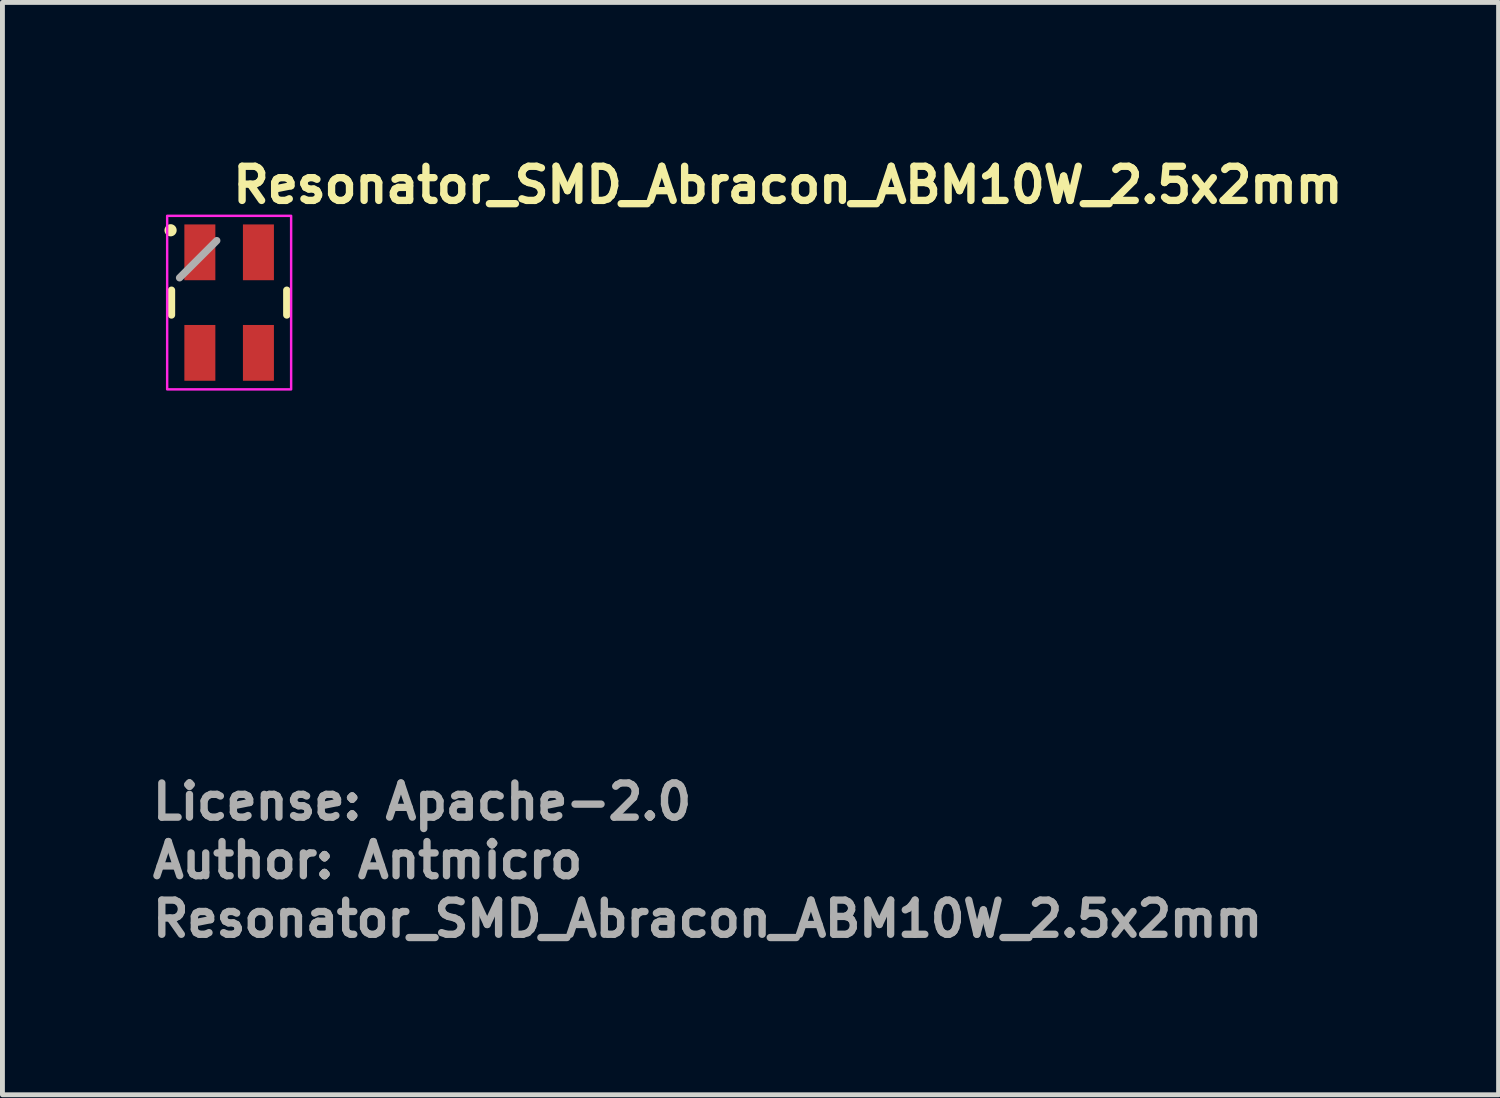
<source format=kicad_pcb>
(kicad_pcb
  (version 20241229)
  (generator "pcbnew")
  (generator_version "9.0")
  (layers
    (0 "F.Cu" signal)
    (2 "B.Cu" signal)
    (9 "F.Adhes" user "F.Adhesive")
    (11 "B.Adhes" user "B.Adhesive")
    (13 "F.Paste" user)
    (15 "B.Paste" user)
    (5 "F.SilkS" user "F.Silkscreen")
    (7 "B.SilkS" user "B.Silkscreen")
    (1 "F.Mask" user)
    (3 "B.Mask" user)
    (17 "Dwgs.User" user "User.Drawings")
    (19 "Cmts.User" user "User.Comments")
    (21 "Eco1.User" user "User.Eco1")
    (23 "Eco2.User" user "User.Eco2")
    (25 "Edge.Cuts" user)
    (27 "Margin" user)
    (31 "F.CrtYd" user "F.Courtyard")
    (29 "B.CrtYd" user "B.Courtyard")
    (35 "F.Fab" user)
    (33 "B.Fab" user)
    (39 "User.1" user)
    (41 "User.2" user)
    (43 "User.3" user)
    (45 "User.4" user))
  (footprint "Resonator_SMD_Abracon_ABM10W_2.5x2mm"
    (layer "F.Cu")
    (at 1.645 3.15)
    (property "Reference" "Resonator_SMD_Abracon_ABM10W_2.5x2mm" (at 0 -2 0) (unlocked yes) (layer "F.SilkS") (effects (font (size 0.7 0.7) (thickness 0.15)) (justify left bottom)))
    (attr smd)
    (fp_line (start -1.181 -0.254) (end -1.181 0.254) (stroke (width 0.15) (type solid)) (layer "F.SilkS"))
    (fp_line (start 1.181 -0.254) (end 1.181 0.254) (stroke (width 0.15) (type solid)) (layer "F.SilkS"))
    (fp_circle (center -1.2 -1.482) (end -1.15 -1.482) (stroke (width 0.15) (type solid)) (fill yes) (layer "F.SilkS"))
    (fp_rect (start -1.27 -1.778) (end 1.27 1.778) (stroke (width 0.05) (type solid)) (fill no) (layer "F.CrtYd"))
    (fp_line (start -0.254 -1.27) (end -1.016 -0.508) (stroke (width 0.15) (type solid)) (layer "F.Fab"))
    (fp_rect (start -1.054 -1.295) (end 1.054 1.295) (stroke (width 0.15) (type solid)) (fill no) (layer "User.5"))
    (fp_line (start -1.054 -1.295) (end -1.054 1.295) (stroke (width 0.02) (type solid)) (layer "User.9"))
    (fp_line (start -1.054 1.295) (end 1.054 1.295) (stroke (width 0.02) (type solid)) (layer "User.9"))
    (fp_line (start -0.665 -1.039) (end -0.665 -1.036) (stroke (width 0.02) (type solid)) (layer "User.9"))
    (fp_line (start -0.665 -1.036) (end -0.665 -1.036) (stroke (width 0.02) (type solid)) (layer "User.9"))
    (fp_line (start -0.665 -1.036) (end -0.665 -1.033) (stroke (width 0.02) (type solid)) (layer "User.9"))
    (fp_line (start -0.665 -1.033) (end -0.664 -1.029) (stroke (width 0.02) (type solid)) (layer "User.9"))
    (fp_line (start -0.664 -1.046) (end -0.664 -1.043) (stroke (width 0.02) (type solid)) (layer "User.9"))
    (fp_line (start -0.664 -1.043) (end -0.665 -1.039) (stroke (width 0.02) (type solid)) (layer "User.9"))
    (fp_line (start -0.664 -1.029) (end -0.664 -1.026) (stroke (width 0.02) (type solid)) (layer "User.9"))
    (fp_line (start -0.664 -1.026) (end -0.663 -1.023) (stroke (width 0.02) (type solid)) (layer "User.9"))
    (fp_line (start -0.663 -1.052) (end -0.663 -1.049) (stroke (width 0.02) (type solid)) (layer "User.9"))
    (fp_line (start -0.663 -1.049) (end -0.664 -1.046) (stroke (width 0.02) (type solid)) (layer "User.9"))
    (fp_line (start -0.663 -1.023) (end -0.663 -1.02) (stroke (width 0.02) (type solid)) (layer "User.9"))
    (fp_line (start -0.663 -1.02) (end -0.662 -1.017) (stroke (width 0.02) (type solid)) (layer "User.9"))
    (fp_line (start -0.662 -1.055) (end -0.663 -1.052) (stroke (width 0.02) (type solid)) (layer "User.9"))
    (fp_line (start -0.662 -1.017) (end -0.661 -1.014) (stroke (width 0.02) (type solid)) (layer "User.9"))
    (fp_line (start -0.661 -1.058) (end -0.662 -1.055) (stroke (width 0.02) (type solid)) (layer "User.9"))
    (fp_line (start -0.661 -1.014) (end -0.66 -1.011) (stroke (width 0.02) (type solid)) (layer "User.9"))
    (fp_line (start -0.66 -1.061) (end -0.661 -1.058) (stroke (width 0.02) (type solid)) (layer "User.9"))
    (fp_line (start -0.66 -1.011) (end -0.658 -1.008) (stroke (width 0.02) (type solid)) (layer "User.9"))
    (fp_line (start -0.658 -1.064) (end -0.66 -1.061) (stroke (width 0.02) (type solid)) (layer "User.9"))
    (fp_line (start -0.658 -1.008) (end -0.657 -1.005) (stroke (width 0.02) (type solid)) (layer "User.9"))
    (fp_line (start -0.657 -1.067) (end -0.658 -1.064) (stroke (width 0.02) (type solid)) (layer "User.9"))
    (fp_line (start -0.657 -1.005) (end -0.655 -1.002) (stroke (width 0.02) (type solid)) (layer "User.9"))
    (fp_line (start -0.655 -1.07) (end -0.657 -1.067) (stroke (width 0.02) (type solid)) (layer "User.9"))
    (fp_line (start -0.655 -1.002) (end -0.654 -1) (stroke (width 0.02) (type solid)) (layer "User.9"))
    (fp_line (start -0.654 -1.072) (end -0.655 -1.07) (stroke (width 0.02) (type solid)) (layer "User.9"))
    (fp_line (start -0.654 -1) (end -0.652 -0.997) (stroke (width 0.02) (type solid)) (layer "User.9"))
    (fp_line (start -0.652 -1.075) (end -0.654 -1.072) (stroke (width 0.02) (type solid)) (layer "User.9"))
    (fp_line (start -0.652 -0.997) (end -0.65 -0.995) (stroke (width 0.02) (type solid)) (layer "User.9"))
    (fp_line (start -0.65 -1.077) (end -0.652 -1.075) (stroke (width 0.02) (type solid)) (layer "User.9"))
    (fp_line (start -0.65 -0.995) (end -0.648 -0.993) (stroke (width 0.02) (type solid)) (layer "User.9"))
    (fp_line (start -0.648 -1.08) (end -0.65 -1.077) (stroke (width 0.02) (type solid)) (layer "User.9"))
    (fp_line (start -0.648 -0.993) (end -0.646 -0.99) (stroke (width 0.02) (type solid)) (layer "User.9"))
    (fp_line (start -0.646 -1.082) (end -0.648 -1.08) (stroke (width 0.02) (type solid)) (layer "User.9"))
    (fp_line (start -0.646 -0.99) (end -0.643 -0.988) (stroke (width 0.02) (type solid)) (layer "User.9"))
    (fp_line (start -0.643 -1.084) (end -0.646 -1.082) (stroke (width 0.02) (type solid)) (layer "User.9"))
    (fp_line (start -0.643 -0.988) (end -0.641 -0.986) (stroke (width 0.02) (type solid)) (layer "User.9"))
    (fp_line (start -0.641 -1.086) (end -0.643 -1.084) (stroke (width 0.02) (type solid)) (layer "User.9"))
    (fp_line (start -0.641 -0.986) (end -0.639 -0.984) (stroke (width 0.02) (type solid)) (layer "User.9"))
    (fp_line (start -0.639 -1.088) (end -0.641 -1.086) (stroke (width 0.02) (type solid)) (layer "User.9"))
    (fp_line (start -0.639 -0.984) (end -0.636 -0.982) (stroke (width 0.02) (type solid)) (layer "User.9"))
    (fp_line (start -0.636 -1.09) (end -0.639 -1.088) (stroke (width 0.02) (type solid)) (layer "User.9"))
    (fp_line (start -0.636 -0.982) (end -0.633 -0.981) (stroke (width 0.02) (type solid)) (layer "User.9"))
    (fp_line (start -0.633 -1.091) (end -0.636 -1.09) (stroke (width 0.02) (type solid)) (layer "User.9"))
    (fp_line (start -0.633 -0.981) (end -0.631 -0.979) (stroke (width 0.02) (type solid)) (layer "User.9"))
    (fp_line (start -0.631 -1.093) (end -0.633 -1.091) (stroke (width 0.02) (type solid)) (layer "User.9"))
    (fp_line (start -0.631 -0.979) (end -0.628 -0.978) (stroke (width 0.02) (type solid)) (layer "User.9"))
    (fp_line (start -0.628 -1.094) (end -0.631 -1.093) (stroke (width 0.02) (type solid)) (layer "User.9"))
    (fp_line (start -0.628 -0.978) (end -0.625 -0.976) (stroke (width 0.02) (type solid)) (layer "User.9"))
    (fp_line (start -0.625 -1.096) (end -0.628 -1.094) (stroke (width 0.02) (type solid)) (layer "User.9"))
    (fp_line (start -0.625 -0.976) (end -0.622 -0.975) (stroke (width 0.02) (type solid)) (layer "User.9"))
    (fp_line (start -0.622 -1.097) (end -0.625 -1.096) (stroke (width 0.02) (type solid)) (layer "User.9"))
    (fp_line (start -0.622 -0.975) (end -0.619 -0.974) (stroke (width 0.02) (type solid)) (layer "User.9"))
    (fp_line (start -0.619 -1.098) (end -0.622 -1.097) (stroke (width 0.02) (type solid)) (layer "User.9"))
    (fp_line (start -0.619 -0.974) (end -0.616 -0.973) (stroke (width 0.02) (type solid)) (layer "User.9"))
    (fp_line (start -0.616 -1.099) (end -0.619 -1.098) (stroke (width 0.02) (type solid)) (layer "User.9"))
    (fp_line (start -0.616 -0.973) (end -0.613 -0.973) (stroke (width 0.02) (type solid)) (layer "User.9"))
    (fp_line (start -0.613 -1.1) (end -0.616 -1.099) (stroke (width 0.02) (type solid)) (layer "User.9"))
    (fp_line (start -0.613 -0.973) (end -0.61 -0.972) (stroke (width 0.02) (type solid)) (layer "User.9"))
    (fp_line (start -0.61 -1.1) (end -0.613 -1.1) (stroke (width 0.02) (type solid)) (layer "User.9"))
    (fp_line (start -0.61 -0.972) (end -0.607 -0.972) (stroke (width 0.02) (type solid)) (layer "User.9"))
    (fp_line (start -0.607 -1.101) (end -0.61 -1.1) (stroke (width 0.02) (type solid)) (layer "User.9"))
    (fp_line (start -0.607 -0.972) (end -0.603 -0.971) (stroke (width 0.02) (type solid)) (layer "User.9"))
    (fp_line (start -0.603 -1.101) (end -0.607 -1.101) (stroke (width 0.02) (type solid)) (layer "User.9"))
    (fp_line (start -0.603 -0.971) (end -0.6 -0.971) (stroke (width 0.02) (type solid)) (layer "User.9"))
    (fp_line (start -0.6 -1.101) (end -0.603 -1.101) (stroke (width 0.02) (type solid)) (layer "User.9"))
    (fp_line (start -0.6 -1.101) (end -0.6 -1.101) (stroke (width 0.02) (type solid)) (layer "User.9"))
    (fp_line (start -0.6 -0.971) (end -0.6 -0.971) (stroke (width 0.02) (type solid)) (layer "User.9"))
    (fp_line (start -0.6 -0.971) (end -0.597 -0.971) (stroke (width 0.02) (type solid)) (layer "User.9"))
    (fp_line (start -0.597 -1.101) (end -0.6 -1.101) (stroke (width 0.02) (type solid)) (layer "User.9"))
    (fp_line (start -0.597 -0.971) (end -0.593 -0.972) (stroke (width 0.02) (type solid)) (layer "User.9"))
    (fp_line (start -0.593 -1.101) (end -0.597 -1.101) (stroke (width 0.02) (type solid)) (layer "User.9"))
    (fp_line (start -0.593 -0.972) (end -0.59 -0.972) (stroke (width 0.02) (type solid)) (layer "User.9"))
    (fp_line (start -0.59 -1.1) (end -0.593 -1.101) (stroke (width 0.02) (type solid)) (layer "User.9"))
    (fp_line (start -0.59 -0.972) (end -0.587 -0.973) (stroke (width 0.02) (type solid)) (layer "User.9"))
    (fp_line (start -0.587 -1.1) (end -0.59 -1.1) (stroke (width 0.02) (type solid)) (layer "User.9"))
    (fp_line (start -0.587 -0.973) (end -0.584 -0.973) (stroke (width 0.02) (type solid)) (layer "User.9"))
    (fp_line (start -0.584 -1.099) (end -0.587 -1.1) (stroke (width 0.02) (type solid)) (layer "User.9"))
    (fp_line (start -0.584 -0.973) (end -0.581 -0.974) (stroke (width 0.02) (type solid)) (layer "User.9"))
    (fp_line (start -0.581 -1.098) (end -0.584 -1.099) (stroke (width 0.02) (type solid)) (layer "User.9"))
    (fp_line (start -0.581 -0.974) (end -0.578 -0.975) (stroke (width 0.02) (type solid)) (layer "User.9"))
    (fp_line (start -0.578 -1.097) (end -0.581 -1.098) (stroke (width 0.02) (type solid)) (layer "User.9"))
    (fp_line (start -0.578 -0.975) (end -0.575 -0.976) (stroke (width 0.02) (type solid)) (layer "User.9"))
    (fp_line (start -0.575 -1.096) (end -0.578 -1.097) (stroke (width 0.02) (type solid)) (layer "User.9"))
    (fp_line (start -0.575 -0.976) (end -0.572 -0.978) (stroke (width 0.02) (type solid)) (layer "User.9"))
    (fp_line (start -0.572 -1.094) (end -0.575 -1.096) (stroke (width 0.02) (type solid)) (layer "User.9"))
    (fp_line (start -0.572 -0.978) (end -0.569 -0.979) (stroke (width 0.02) (type solid)) (layer "User.9"))
    (fp_line (start -0.569 -1.093) (end -0.572 -1.094) (stroke (width 0.02) (type solid)) (layer "User.9"))
    (fp_line (start -0.569 -0.979) (end -0.566 -0.981) (stroke (width 0.02) (type solid)) (layer "User.9"))
    (fp_line (start -0.566 -1.091) (end -0.569 -1.093) (stroke (width 0.02) (type solid)) (layer "User.9"))
    (fp_line (start -0.566 -0.981) (end -0.564 -0.982) (stroke (width 0.02) (type solid)) (layer "User.9"))
    (fp_line (start -0.564 -1.09) (end -0.566 -1.091) (stroke (width 0.02) (type solid)) (layer "User.9"))
    (fp_line (start -0.564 -0.982) (end -0.561 -0.984) (stroke (width 0.02) (type solid)) (layer "User.9"))
    (fp_line (start -0.561 -1.088) (end -0.564 -1.09) (stroke (width 0.02) (type solid)) (layer "User.9"))
    (fp_line (start -0.561 -0.984) (end -0.559 -0.986) (stroke (width 0.02) (type solid)) (layer "User.9"))
    (fp_line (start -0.559 -1.086) (end -0.561 -1.088) (stroke (width 0.02) (type solid)) (layer "User.9"))
    (fp_line (start -0.559 -0.986) (end -0.556 -0.988) (stroke (width 0.02) (type solid)) (layer "User.9"))
    (fp_line (start -0.556 -1.084) (end -0.559 -1.086) (stroke (width 0.02) (type solid)) (layer "User.9"))
    (fp_line (start -0.556 -0.988) (end -0.554 -0.99) (stroke (width 0.02) (type solid)) (layer "User.9"))
    (fp_line (start -0.554 -1.082) (end -0.556 -1.084) (stroke (width 0.02) (type solid)) (layer "User.9"))
    (fp_line (start -0.554 -0.99) (end -0.552 -0.993) (stroke (width 0.02) (type solid)) (layer "User.9"))
    (fp_line (start -0.552 -1.08) (end -0.554 -1.082) (stroke (width 0.02) (type solid)) (layer "User.9"))
    (fp_line (start -0.552 -0.993) (end -0.55 -0.995) (stroke (width 0.02) (type solid)) (layer "User.9"))
    (fp_line (start -0.55 -1.077) (end -0.552 -1.08) (stroke (width 0.02) (type solid)) (layer "User.9"))
    (fp_line (start -0.55 -0.995) (end -0.548 -0.997) (stroke (width 0.02) (type solid)) (layer "User.9"))
    (fp_line (start -0.548 -1.075) (end -0.55 -1.077) (stroke (width 0.02) (type solid)) (layer "User.9"))
    (fp_line (start -0.548 -0.997) (end -0.546 -1) (stroke (width 0.02) (type solid)) (layer "User.9"))
    (fp_line (start -0.546 -1.072) (end -0.548 -1.075) (stroke (width 0.02) (type solid)) (layer "User.9"))
    (fp_line (start -0.546 -1) (end -0.545 -1.002) (stroke (width 0.02) (type solid)) (layer "User.9"))
    (fp_line (start -0.545 -1.07) (end -0.546 -1.072) (stroke (width 0.02) (type solid)) (layer "User.9"))
    (fp_line (start -0.545 -1.002) (end -0.543 -1.005) (stroke (width 0.02) (type solid)) (layer "User.9"))
    (fp_line (start -0.543 -1.067) (end -0.545 -1.07) (stroke (width 0.02) (type solid)) (layer "User.9"))
    (fp_line (start -0.543 -1.005) (end -0.542 -1.008) (stroke (width 0.02) (type solid)) (layer "User.9"))
    (fp_line (start -0.542 -1.064) (end -0.543 -1.067) (stroke (width 0.02) (type solid)) (layer "User.9"))
    (fp_line (start -0.542 -1.008) (end -0.54 -1.011) (stroke (width 0.02) (type solid)) (layer "User.9"))
    (fp_line (start -0.54 -1.061) (end -0.542 -1.064) (stroke (width 0.02) (type solid)) (layer "User.9"))
    (fp_line (start -0.54 -1.011) (end -0.539 -1.014) (stroke (width 0.02) (type solid)) (layer "User.9"))
    (fp_line (start -0.539 -1.058) (end -0.54 -1.061) (stroke (width 0.02) (type solid)) (layer "User.9"))
    (fp_line (start -0.539 -1.014) (end -0.538 -1.017) (stroke (width 0.02) (type solid)) (layer "User.9"))
    (fp_line (start -0.538 -1.055) (end -0.539 -1.058) (stroke (width 0.02) (type solid)) (layer "User.9"))
    (fp_line (start -0.538 -1.017) (end -0.537 -1.02) (stroke (width 0.02) (type solid)) (layer "User.9"))
    (fp_line (start -0.537 -1.052) (end -0.538 -1.055) (stroke (width 0.02) (type solid)) (layer "User.9"))
    (fp_line (start -0.537 -1.02) (end -0.536 -1.023) (stroke (width 0.02) (type solid)) (layer "User.9"))
    (fp_line (start -0.536 -1.049) (end -0.537 -1.052) (stroke (width 0.02) (type solid)) (layer "User.9"))
    (fp_line (start -0.536 -1.046) (end -0.536 -1.049) (stroke (width 0.02) (type solid)) (layer "User.9"))
    (fp_line (start -0.536 -1.026) (end -0.535 -1.029) (stroke (width 0.02) (type solid)) (layer "User.9"))
    (fp_line (start -0.536 -1.023) (end -0.536 -1.026) (stroke (width 0.02) (type solid)) (layer "User.9"))
    (fp_line (start -0.535 -1.043) (end -0.536 -1.046) (stroke (width 0.02) (type solid)) (layer "User.9"))
    (fp_line (start -0.535 -1.039) (end -0.535 -1.043) (stroke (width 0.02) (type solid)) (layer "User.9"))
    (fp_line (start -0.535 -1.036) (end -0.535 -1.039) (stroke (width 0.02) (type solid)) (layer "User.9"))
    (fp_line (start -0.535 -1.036) (end -0.535 -1.036) (stroke (width 0.02) (type solid)) (layer "User.9"))
    (fp_line (start -0.535 -1.036) (end -0.535 -1.036) (stroke (width 0.02) (type solid)) (layer "User.9"))
    (fp_line (start -0.535 -1.033) (end -0.535 -1.036) (stroke (width 0.02) (type solid)) (layer "User.9"))
    (fp_line (start -0.535 -1.029) (end -0.535 -1.033) (stroke (width 0.02) (type solid)) (layer "User.9"))
    (fp_line (start 1.054 -1.295) (end -1.054 -1.295) (stroke (width 0.02) (type solid)) (layer "User.9"))
    (fp_line (start 1.054 1.295) (end 1.054 -1.295) (stroke (width 0.02) (type solid)) (layer "User.9"))
    (fp_text user "License: Apache-2.0" (at -1.645 10.636 0) (layer "F.Fab") (effects (font (size 0.7 0.7) (thickness 0.15)) (justify left bottom)))
    (fp_text user "${REFERENCE}" (at -1.645 13.036 0) (layer "F.Fab") (effects (font (size 0.7 0.7) (thickness 0.15)) (justify left bottom)))
    (fp_text user "Author: Antmicro" (at -1.645 11.836 0) (layer "F.Fab") (effects (font (size 0.7 0.7) (thickness 0.15)) (justify left bottom)))
    (pad "1" smd rect (at -0.6 -1.03 180) (size 0.635 1.143) (layers "F.Cu" "F.Mask" "F.Paste"))
    (pad "2" smd rect (at -0.6 1.03 180) (size 0.635 1.143) (layers "F.Cu" "F.Mask" "F.Paste"))
    (pad "3" smd rect (at 0.6 1.03 180) (size 0.635 1.143) (layers "F.Cu" "F.Mask" "F.Paste"))
    (pad "4" smd rect (at 0.6 -1.03 180) (size 0.635 1.143) (layers "F.Cu" "F.Mask" "F.Paste")))
  (gr_rect
    (start -3 -3)
    (end 27.655 19.381)
    (stroke (width 0.1) (type default))
    (fill no)
    (layer "Edge.Cuts")))
</source>
